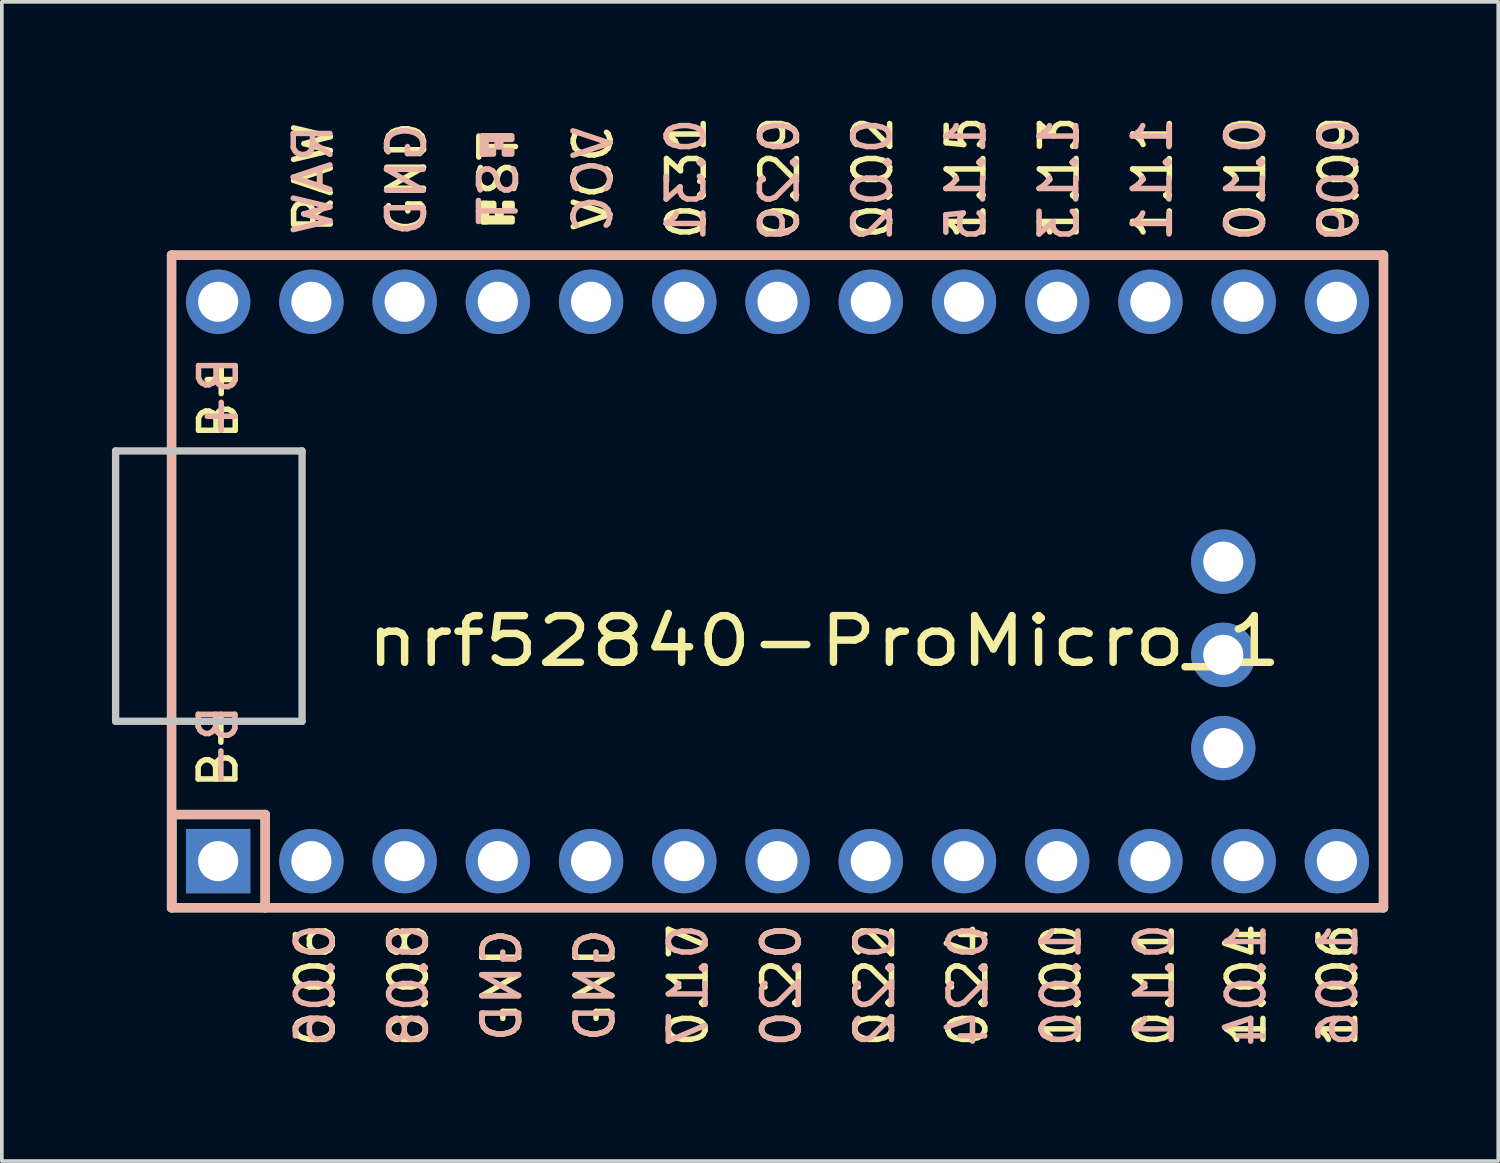
<source format=kicad_pcb>
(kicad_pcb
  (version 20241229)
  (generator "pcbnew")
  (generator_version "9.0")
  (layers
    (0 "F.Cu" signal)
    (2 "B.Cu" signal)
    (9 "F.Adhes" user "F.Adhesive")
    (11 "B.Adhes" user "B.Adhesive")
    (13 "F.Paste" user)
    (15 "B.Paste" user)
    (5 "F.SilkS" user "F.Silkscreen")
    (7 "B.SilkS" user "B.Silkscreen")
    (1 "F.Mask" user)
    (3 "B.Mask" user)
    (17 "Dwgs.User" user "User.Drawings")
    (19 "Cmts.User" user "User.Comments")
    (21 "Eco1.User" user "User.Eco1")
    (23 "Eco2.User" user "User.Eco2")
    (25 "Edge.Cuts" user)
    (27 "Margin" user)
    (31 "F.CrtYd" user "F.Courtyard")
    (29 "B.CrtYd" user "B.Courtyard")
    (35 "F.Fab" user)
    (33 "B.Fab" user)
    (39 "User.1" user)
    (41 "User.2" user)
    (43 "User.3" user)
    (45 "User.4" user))
  (footprint "nrf52840-ProMicro_1"
    (layer "F.Cu")
    (at 19.404 12.792)
    (property "Reference" "nrf52840-ProMicro_1" (at 0 1.625 0) (layer "F.SilkS") (effects (font (size 1.27 1.524) (thickness 0.203))))
    (attr through_hole)
    (fp_line (start -17.78 -8.89) (end -17.78 8.89) (stroke (width 0.254) (type solid)) (layer "F.SilkS"))
    (fp_line (start -17.78 8.89) (end -15.24 8.89) (stroke (width 0.254) (type solid)) (layer "F.SilkS"))
    (fp_line (start -17.77 6.35) (end -17.77 8.89) (stroke (width 0.254) (type solid)) (layer "F.SilkS"))
    (fp_line (start -17.77 6.35) (end -15.23 6.35) (stroke (width 0.254) (type solid)) (layer "F.SilkS"))
    (fp_line (start -15.24 8.89) (end 15.24 8.89) (stroke (width 0.254) (type solid)) (layer "F.SilkS"))
    (fp_line (start -15.23 6.35) (end -15.23 8.89) (stroke (width 0.254) (type solid)) (layer "F.SilkS"))
    (fp_line (start 15.24 -8.89) (end -17.78 -8.89) (stroke (width 0.254) (type solid)) (layer "F.SilkS"))
    (fp_line (start 15.24 8.89) (end 15.24 -8.89) (stroke (width 0.254) (type solid)) (layer "F.SilkS"))
    (fp_poly (pts (xy -9.301 -10.3) (xy -9.201 -10.3) (xy -9.201 -9.8) (xy -9.301 -9.8)) (stroke (width 0.15) (type solid)) (fill yes) (layer "F.SilkS"))
    (fp_poly (pts (xy -9.301 -10.3) (xy -9.001 -10.3) (xy -9.001 -10.2) (xy -9.301 -10.2)) (stroke (width 0.15) (type solid)) (fill yes) (layer "F.SilkS"))
    (fp_poly (pts (xy -9.301 -9.9) (xy -8.501 -9.9) (xy -8.501 -9.8) (xy -9.301 -9.8)) (stroke (width 0.15) (type solid)) (fill yes) (layer "F.SilkS"))
    (fp_poly (pts (xy -8.901 -10.1) (xy -8.801 -10.1) (xy -8.801 -10) (xy -8.901 -10)) (stroke (width 0.15) (type solid)) (fill yes) (layer "F.SilkS"))
    (fp_poly (pts (xy -8.701 -10.3) (xy -8.501 -10.3) (xy -8.501 -10.2) (xy -8.701 -10.2)) (stroke (width 0.15) (type solid)) (fill yes) (layer "F.SilkS"))
    (fp_line (start -17.78 -8.89) (end -17.78 8.89) (stroke (width 0.254) (type solid)) (layer "B.SilkS"))
    (fp_line (start -17.78 8.89) (end 15.24 8.89) (stroke (width 0.254) (type solid)) (layer "B.SilkS"))
    (fp_line (start -17.77 6.35) (end -15.23 6.35) (stroke (width 0.254) (type solid)) (layer "B.SilkS"))
    (fp_line (start -15.23 6.35) (end -15.23 8.89) (stroke (width 0.254) (type solid)) (layer "B.SilkS"))
    (fp_line (start 15.24 -8.89) (end -17.78 -8.89) (stroke (width 0.254) (type solid)) (layer "B.SilkS"))
    (fp_line (start 15.24 8.89) (end 15.24 -8.89) (stroke (width 0.254) (type solid)) (layer "B.SilkS"))
    (fp_rect (start -9.31 -12.144) (end -9.21 -11.644) (stroke (width 0.15) (type solid)) (fill yes) (layer "B.SilkS"))
    (fp_rect (start -9.31 -12.144) (end -8.51 -12.044) (stroke (width 0.15) (type solid)) (fill yes) (layer "B.SilkS"))
    (fp_rect (start -9.31 -11.744) (end -9.01 -11.644) (stroke (width 0.15) (type solid)) (fill yes) (layer "B.SilkS"))
    (fp_rect (start -8.71 -11.744) (end -8.51 -11.644) (stroke (width 0.15) (type solid)) (fill yes) (layer "B.SilkS"))
    (fp_poly (pts (xy -8.81 -11.844) (xy -8.91 -11.844) (xy -8.91 -11.944) (xy -8.81 -11.944)) (stroke (width 0.15) (type solid)) (fill yes) (layer "B.SilkS"))
    (fp_line (start -19.304 -3.556) (end -14.224 -3.556) (stroke (width 0.2) (type solid)) (layer "Dwgs.User"))
    (fp_line (start -19.304 3.81) (end -19.304 -3.556) (stroke (width 0.2) (type solid)) (layer "Dwgs.User"))
    (fp_line (start -14.224 -3.556) (end -14.224 3.81) (stroke (width 0.2) (type solid)) (layer "Dwgs.User"))
    (fp_line (start -14.224 3.81) (end -19.304 3.81) (stroke (width 0.2) (type solid)) (layer "Dwgs.User"))
    (fp_text user "GND" (at -8.78 11 90) (layer "F.SilkS") (effects (font (size 1 1) (thickness 0.15))))
    (fp_text user "RAW" (at -13.91 -11 90) (layer "F.SilkS") (effects (font (size 1 1) (thickness 0.15))))
    (fp_text user "B+" (at -16.5 -5 90) (layer "F.SilkS") (effects (font (size 1 1) (thickness 0.15))))
    (fp_text user "0.20" (at -1.159 11 90) (layer "F.SilkS") (effects (font (size 1 1) (thickness 0.15))))
    (fp_text user "1.13" (at 6.41 -11 90) (layer "F.SilkS") (effects (font (size 1 1) (thickness 0.15))))
    (fp_text user "0.11" (at 9.001 11 90) (layer "F.SilkS") (effects (font (size 1 1) (thickness 0.15))))
    (fp_text user "0.10" (at 11.49 -11 90) (layer "F.SilkS") (effects (font (size 1 1) (thickness 0.15))))
    (fp_text user "0.06" (at -13.86 11 90) (layer "F.SilkS") (effects (font (size 1 1) (thickness 0.15))))
    (fp_text user "0.22" (at 1.381 11 90) (layer "F.SilkS") (effects (font (size 1 1) (thickness 0.15))))
    (fp_text user "0.17" (at -3.699 11 90) (layer "F.SilkS") (effects (font (size 1 1) (thickness 0.15))))
    (fp_text user "VCC" (at -6.29 -11 90) (layer "F.SilkS") (effects (font (size 1 1) (thickness 0.15))))
    (fp_text user "0.09" (at 14.03 -11 90) (layer "F.SilkS") (effects (font (size 1 1) (thickness 0.15))))
    (fp_text user "0.08" (at -11.32 11 90) (layer "F.SilkS") (effects (font (size 1 1) (thickness 0.15))))
    (fp_text user "ST" (at -8.864 -11.373 90) (layer "F.SilkS") (effects (font (size 1 1) (thickness 0.15))))
    (fp_text user "1.06" (at 14 11 90) (layer "F.SilkS") (effects (font (size 1 1) (thickness 0.15))))
    (fp_text user "B-" (at -16.51 4.5 90) (layer "F.SilkS") (effects (font (size 1 1) (thickness 0.15))))
    (fp_text user "0.24" (at 3.921 11 90) (layer "F.SilkS") (effects (font (size 1 1) (thickness 0.15))))
    (fp_text user "0.31" (at -3.75 -11 90) (layer "F.SilkS") (effects (font (size 1 1) (thickness 0.15))))
    (fp_text user "GND" (at -11.37 -11 90) (layer "F.SilkS") (effects (font (size 1 1) (thickness 0.15))))
    (fp_text user "1.11" (at 8.95 -11 90) (layer "F.SilkS") (effects (font (size 1 1) (thickness 0.15))))
    (fp_text user "1.15" (at 3.87 -11 90) (layer "F.SilkS") (effects (font (size 1 1) (thickness 0.15))))
    (fp_text user "0.02" (at 1.33 -11 90) (layer "F.SilkS") (effects (font (size 1 1) (thickness 0.15))))
    (fp_text user "0.29" (at -1.21 -11 90) (layer "F.SilkS") (effects (font (size 1 1) (thickness 0.15))))
    (fp_text user "GND" (at -6.24 11 90) (layer "F.SilkS") (effects (font (size 1 1) (thickness 0.15))))
    (fp_text user "1.04" (at 11.501 11 90) (layer "F.SilkS") (effects (font (size 1 1) (thickness 0.15))))
    (fp_text user "1.00" (at 6.461 11 90) (layer "F.SilkS") (effects (font (size 1 1) (thickness 0.15))))
    (fp_text user "0.22" (at 1.38 11 90) (layer "B.SilkS") (effects (font (size 1 1) (thickness 0.15)) (justify mirror)))
    (fp_text user "1.00" (at 6.46 11 90) (layer "B.SilkS") (effects (font (size 1 1) (thickness 0.15)) (justify mirror)))
    (fp_text user "1.11" (at 8.941 -10.944 90) (layer "B.SilkS") (effects (font (size 1 1) (thickness 0.15)) (justify mirror)))
    (fp_text user "0.29" (at -1.219 -10.944 90) (layer "B.SilkS") (effects (font (size 1 1) (thickness 0.15)) (justify mirror)))
    (fp_text user "0.20" (at -1.16 11 90) (layer "B.SilkS") (effects (font (size 1 1) (thickness 0.15)) (justify mirror)))
    (fp_text user "1.04" (at 11.5 11 90) (layer "B.SilkS") (effects (font (size 1 1) (thickness 0.15)) (justify mirror)))
    (fp_text user "ST" (at -8.873 -10.571 90) (layer "B.SilkS") (effects (font (size 1 1) (thickness 0.15)) (justify mirror)))
    (fp_text user "GND" (at -8.781 11 90) (layer "B.SilkS") (effects (font (size 1 1) (thickness 0.15)) (justify mirror)))
    (fp_text user "0.02" (at 1.321 -10.944 90) (layer "B.SilkS") (effects (font (size 1 1) (thickness 0.15)) (justify mirror)))
    (fp_text user "B+" (at -16.5 -5 90) (layer "B.SilkS") (effects (font (size 1 1) (thickness 0.15)) (justify mirror)))
    (fp_text user "B-" (at -16.509 4.5 90) (layer "B.SilkS") (effects (font (size 1 1) (thickness 0.15)) (justify mirror)))
    (fp_text user "0.10" (at 11.481 -10.944 90) (layer "B.SilkS") (effects (font (size 1 1) (thickness 0.15)) (justify mirror)))
    (fp_text user "VCC" (at -6.299 -10.944 90) (layer "B.SilkS") (effects (font (size 1 1) (thickness 0.15)) (justify mirror)))
    (fp_text user "GND" (at -6.241 11 90) (layer "B.SilkS") (effects (font (size 1 1) (thickness 0.15)) (justify mirror)))
    (fp_text user "0.24" (at 3.92 11 90) (layer "B.SilkS") (effects (font (size 1 1) (thickness 0.15)) (justify mirror)))
    (fp_text user "1.13" (at 6.401 -10.944 90) (layer "B.SilkS") (effects (font (size 1 1) (thickness 0.15)) (justify mirror)))
    (fp_text user "RAW" (at -13.919 -10.944 90) (layer "B.SilkS") (effects (font (size 1 1) (thickness 0.15)) (justify mirror)))
    (fp_text user "0.11" (at 9 11 90) (layer "B.SilkS") (effects (font (size 1 1) (thickness 0.15)) (justify mirror)))
    (fp_text user "1.06" (at 13.999 11 90) (layer "B.SilkS") (effects (font (size 1 1) (thickness 0.15)) (justify mirror)))
    (fp_text user "0.09" (at 14.021 -10.944 90) (layer "B.SilkS") (effects (font (size 1 1) (thickness 0.15)) (justify mirror)))
    (fp_text user "0.06" (at -13.861 11 90) (layer "B.SilkS") (effects (font (size 1 1) (thickness 0.15)) (justify mirror)))
    (fp_text user "0.08" (at -11.321 11 90) (layer "B.SilkS") (effects (font (size 1 1) (thickness 0.15)) (justify mirror)))
    (fp_text user "0.17" (at -3.7 11 90) (layer "B.SilkS") (effects (font (size 1 1) (thickness 0.15)) (justify mirror)))
    (fp_text user "0.31" (at -3.759 -10.944 90) (layer "B.SilkS") (effects (font (size 1 1) (thickness 0.15)) (justify mirror)))
    (fp_text user "1.15" (at 3.861 -10.944 90) (layer "B.SilkS") (effects (font (size 1 1) (thickness 0.15)) (justify mirror)))
    (fp_text user "GND" (at -11.379 -10.944 90) (layer "B.SilkS") (effects (font (size 1 1) (thickness 0.15)) (justify mirror)))
    (pad "1" thru_hole rect (at -16.51 7.62) (size 1.753 1.753) (drill 1.092) (layers "*.Cu" "*.Mask"))
    (pad "2" thru_hole circle (at -13.97 7.62) (size 1.753 1.753) (drill 1.092) (layers "*.Cu" "*.Mask"))
    (pad "3" thru_hole circle (at -11.43 7.62) (size 1.753 1.753) (drill 1.092) (layers "*.Cu" "*.Mask"))
    (pad "4" thru_hole circle (at -8.89 7.62) (size 1.753 1.753) (drill 1.092) (layers "*.Cu" "*.Mask"))
    (pad "5" thru_hole circle (at -6.35 7.62) (size 1.753 1.753) (drill 1.092) (layers "*.Cu" "*.Mask"))
    (pad "6" thru_hole circle (at -3.81 7.62) (size 1.753 1.753) (drill 1.092) (layers "*.Cu" "*.Mask"))
    (pad "7" thru_hole circle (at -1.27 7.62) (size 1.753 1.753) (drill 1.092) (layers "*.Cu" "*.Mask"))
    (pad "8" thru_hole circle (at 1.27 7.62) (size 1.753 1.753) (drill 1.092) (layers "*.Cu" "*.Mask"))
    (pad "9" thru_hole circle (at 3.81 7.62) (size 1.753 1.753) (drill 1.092) (layers "*.Cu" "*.Mask"))
    (pad "10" thru_hole circle (at 6.35 7.62) (size 1.753 1.753) (drill 1.092) (layers "*.Cu" "*.Mask"))
    (pad "11" thru_hole circle (at 8.89 7.62) (size 1.753 1.753) (drill 1.092) (layers "*.Cu" "*.Mask"))
    (pad "12" thru_hole circle (at 11.43 7.62) (size 1.753 1.753) (drill 1.092) (layers "*.Cu" "*.Mask"))
    (pad "13" thru_hole circle (at 13.97 7.62) (size 1.753 1.753) (drill 1.092) (layers "*.Cu" "*.Mask"))
    (pad "14" thru_hole circle (at 13.97 -7.62) (size 1.753 1.753) (drill 1.092) (layers "*.Cu" "*.Mask"))
    (pad "15" thru_hole circle (at 11.43 -7.62) (size 1.753 1.753) (drill 1.092) (layers "*.Cu" "*.Mask"))
    (pad "16" thru_hole circle (at 8.89 -7.62) (size 1.753 1.753) (drill 1.092) (layers "*.Cu" "*.Mask"))
    (pad "17" thru_hole circle (at 6.35 -7.62) (size 1.753 1.753) (drill 1.092) (layers "*.Cu" "*.Mask"))
    (pad "18" thru_hole circle (at 3.81 -7.62) (size 1.753 1.753) (drill 1.092) (layers "*.Cu" "*.Mask"))
    (pad "19" thru_hole circle (at 1.27 -7.62) (size 1.753 1.753) (drill 1.092) (layers "*.Cu" "*.Mask"))
    (pad "20" thru_hole circle (at -1.27 -7.62) (size 1.753 1.753) (drill 1.092) (layers "*.Cu" "*.Mask"))
    (pad "21" thru_hole circle (at -3.81 -7.62) (size 1.753 1.753) (drill 1.092) (layers "*.Cu" "*.Mask"))
    (pad "22" thru_hole circle (at -6.35 -7.62) (size 1.753 1.753) (drill 1.092) (layers "*.Cu" "*.Mask"))
    (pad "23" thru_hole circle (at -8.89 -7.62) (size 1.753 1.753) (drill 1.092) (layers "*.Cu" "*.Mask"))
    (pad "24" thru_hole circle (at -11.43 -7.62) (size 1.753 1.753) (drill 1.092) (layers "*.Cu" "*.Mask"))
    (pad "25" thru_hole circle (at -13.97 -7.62) (size 1.753 1.753) (drill 1.092) (layers "*.Cu" "*.Mask"))
    (pad "26" thru_hole circle (at -16.51 -7.62) (size 1.753 1.753) (drill 1.092) (layers "*.Cu" "*.Mask"))
    (pad "27" thru_hole circle (at 10.875 4.54) (size 1.753 1.753) (drill 1.092) (layers "*.Cu" "*.Mask"))
    (pad "28" thru_hole circle (at 10.875 2) (size 1.753 1.753) (drill 1.092) (layers "*.Cu" "*.Mask"))
    (pad "29" thru_hole circle (at 10.875 -0.54) (size 1.753 1.753) (drill 1.092) (layers "*.Cu" "*.Mask")))
  (gr_rect
    (start -3 -3)
    (end 37.771 28.583)
    (stroke (width 0.1) (type default))
    (fill no)
    (layer "Edge.Cuts")))
</source>
